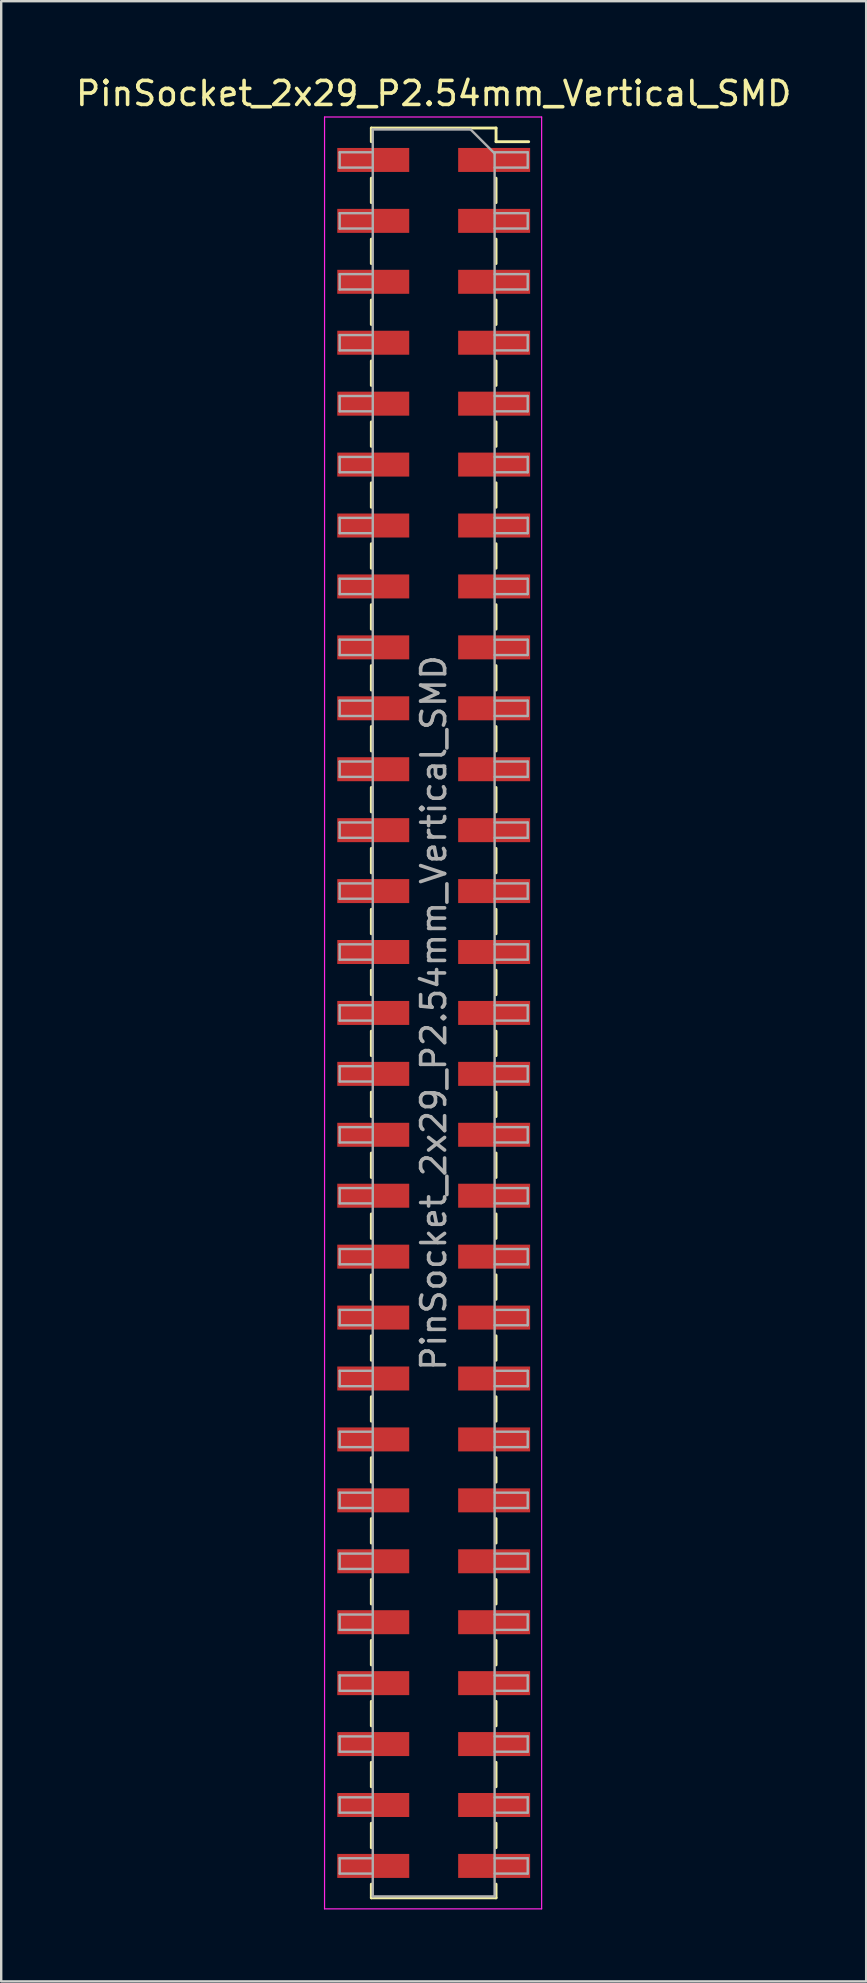
<source format=kicad_pcb>
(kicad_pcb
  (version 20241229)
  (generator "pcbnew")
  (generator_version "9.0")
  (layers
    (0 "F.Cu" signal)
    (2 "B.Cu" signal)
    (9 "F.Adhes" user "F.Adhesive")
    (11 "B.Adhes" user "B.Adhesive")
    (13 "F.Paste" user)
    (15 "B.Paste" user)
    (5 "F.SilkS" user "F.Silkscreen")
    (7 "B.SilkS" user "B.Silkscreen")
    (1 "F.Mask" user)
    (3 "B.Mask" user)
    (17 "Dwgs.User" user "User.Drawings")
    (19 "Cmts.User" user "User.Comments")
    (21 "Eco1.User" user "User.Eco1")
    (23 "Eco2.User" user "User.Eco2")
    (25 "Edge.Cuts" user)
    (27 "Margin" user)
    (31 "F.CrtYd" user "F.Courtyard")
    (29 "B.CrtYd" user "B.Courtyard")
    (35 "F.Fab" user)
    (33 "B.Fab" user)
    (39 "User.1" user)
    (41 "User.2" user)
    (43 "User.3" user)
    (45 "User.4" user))
  (footprint "PinSocket_2x29_P2.54mm_Vertical_SMD"
    (layer "F.Cu")
    (at 15.03 39.178)
    (property "Reference" "PinSocket_2x29_P2.54mm_Vertical_SMD" (at 0 -38.33 0) (layer "F.SilkS") (effects (font (size 1 1) (thickness 0.15))))
    (attr smd)
    (fp_line (start -2.6 -36.89) (end -2.6 -36.32) (stroke (width 0.12) (type solid)) (layer "F.SilkS"))
    (fp_line (start -2.6 -36.89) (end 2.6 -36.89) (stroke (width 0.12) (type solid)) (layer "F.SilkS"))
    (fp_line (start -2.6 -34.8) (end -2.6 -33.78) (stroke (width 0.12) (type solid)) (layer "F.SilkS"))
    (fp_line (start -2.6 -32.26) (end -2.6 -31.24) (stroke (width 0.12) (type solid)) (layer "F.SilkS"))
    (fp_line (start -2.6 -29.72) (end -2.6 -28.7) (stroke (width 0.12) (type solid)) (layer "F.SilkS"))
    (fp_line (start -2.6 -27.18) (end -2.6 -26.16) (stroke (width 0.12) (type solid)) (layer "F.SilkS"))
    (fp_line (start -2.6 -24.64) (end -2.6 -23.62) (stroke (width 0.12) (type solid)) (layer "F.SilkS"))
    (fp_line (start -2.6 -22.1) (end -2.6 -21.08) (stroke (width 0.12) (type solid)) (layer "F.SilkS"))
    (fp_line (start -2.6 -19.56) (end -2.6 -18.54) (stroke (width 0.12) (type solid)) (layer "F.SilkS"))
    (fp_line (start -2.6 -17.02) (end -2.6 -16) (stroke (width 0.12) (type solid)) (layer "F.SilkS"))
    (fp_line (start -2.6 -14.48) (end -2.6 -13.46) (stroke (width 0.12) (type solid)) (layer "F.SilkS"))
    (fp_line (start -2.6 -11.94) (end -2.6 -10.92) (stroke (width 0.12) (type solid)) (layer "F.SilkS"))
    (fp_line (start -2.6 -9.4) (end -2.6 -8.38) (stroke (width 0.12) (type solid)) (layer "F.SilkS"))
    (fp_line (start -2.6 -6.86) (end -2.6 -5.84) (stroke (width 0.12) (type solid)) (layer "F.SilkS"))
    (fp_line (start -2.6 -4.32) (end -2.6 -3.3) (stroke (width 0.12) (type solid)) (layer "F.SilkS"))
    (fp_line (start -2.6 -1.78) (end -2.6 -0.76) (stroke (width 0.12) (type solid)) (layer "F.SilkS"))
    (fp_line (start -2.6 0.76) (end -2.6 1.78) (stroke (width 0.12) (type solid)) (layer "F.SilkS"))
    (fp_line (start -2.6 3.3) (end -2.6 4.32) (stroke (width 0.12) (type solid)) (layer "F.SilkS"))
    (fp_line (start -2.6 5.84) (end -2.6 6.86) (stroke (width 0.12) (type solid)) (layer "F.SilkS"))
    (fp_line (start -2.6 8.38) (end -2.6 9.4) (stroke (width 0.12) (type solid)) (layer "F.SilkS"))
    (fp_line (start -2.6 10.92) (end -2.6 11.94) (stroke (width 0.12) (type solid)) (layer "F.SilkS"))
    (fp_line (start -2.6 13.46) (end -2.6 14.48) (stroke (width 0.12) (type solid)) (layer "F.SilkS"))
    (fp_line (start -2.6 16) (end -2.6 17.02) (stroke (width 0.12) (type solid)) (layer "F.SilkS"))
    (fp_line (start -2.6 18.54) (end -2.6 19.56) (stroke (width 0.12) (type solid)) (layer "F.SilkS"))
    (fp_line (start -2.6 21.08) (end -2.6 22.1) (stroke (width 0.12) (type solid)) (layer "F.SilkS"))
    (fp_line (start -2.6 23.62) (end -2.6 24.64) (stroke (width 0.12) (type solid)) (layer "F.SilkS"))
    (fp_line (start -2.6 26.16) (end -2.6 27.18) (stroke (width 0.12) (type solid)) (layer "F.SilkS"))
    (fp_line (start -2.6 28.7) (end -2.6 29.72) (stroke (width 0.12) (type solid)) (layer "F.SilkS"))
    (fp_line (start -2.6 31.24) (end -2.6 32.26) (stroke (width 0.12) (type solid)) (layer "F.SilkS"))
    (fp_line (start -2.6 33.78) (end -2.6 34.8) (stroke (width 0.12) (type solid)) (layer "F.SilkS"))
    (fp_line (start -2.6 36.32) (end -2.6 36.89) (stroke (width 0.12) (type solid)) (layer "F.SilkS"))
    (fp_line (start -2.6 36.89) (end 2.6 36.89) (stroke (width 0.12) (type solid)) (layer "F.SilkS"))
    (fp_line (start 2.6 -36.89) (end 2.6 -36.32) (stroke (width 0.12) (type solid)) (layer "F.SilkS"))
    (fp_line (start 2.6 -36.32) (end 3.96 -36.32) (stroke (width 0.12) (type solid)) (layer "F.SilkS"))
    (fp_line (start 2.6 -34.8) (end 2.6 -33.78) (stroke (width 0.12) (type solid)) (layer "F.SilkS"))
    (fp_line (start 2.6 -32.26) (end 2.6 -31.24) (stroke (width 0.12) (type solid)) (layer "F.SilkS"))
    (fp_line (start 2.6 -29.72) (end 2.6 -28.7) (stroke (width 0.12) (type solid)) (layer "F.SilkS"))
    (fp_line (start 2.6 -27.18) (end 2.6 -26.16) (stroke (width 0.12) (type solid)) (layer "F.SilkS"))
    (fp_line (start 2.6 -24.64) (end 2.6 -23.62) (stroke (width 0.12) (type solid)) (layer "F.SilkS"))
    (fp_line (start 2.6 -22.1) (end 2.6 -21.08) (stroke (width 0.12) (type solid)) (layer "F.SilkS"))
    (fp_line (start 2.6 -19.56) (end 2.6 -18.54) (stroke (width 0.12) (type solid)) (layer "F.SilkS"))
    (fp_line (start 2.6 -17.02) (end 2.6 -16) (stroke (width 0.12) (type solid)) (layer "F.SilkS"))
    (fp_line (start 2.6 -14.48) (end 2.6 -13.46) (stroke (width 0.12) (type solid)) (layer "F.SilkS"))
    (fp_line (start 2.6 -11.94) (end 2.6 -10.92) (stroke (width 0.12) (type solid)) (layer "F.SilkS"))
    (fp_line (start 2.6 -9.4) (end 2.6 -8.38) (stroke (width 0.12) (type solid)) (layer "F.SilkS"))
    (fp_line (start 2.6 -6.86) (end 2.6 -5.84) (stroke (width 0.12) (type solid)) (layer "F.SilkS"))
    (fp_line (start 2.6 -4.32) (end 2.6 -3.3) (stroke (width 0.12) (type solid)) (layer "F.SilkS"))
    (fp_line (start 2.6 -1.78) (end 2.6 -0.76) (stroke (width 0.12) (type solid)) (layer "F.SilkS"))
    (fp_line (start 2.6 0.76) (end 2.6 1.78) (stroke (width 0.12) (type solid)) (layer "F.SilkS"))
    (fp_line (start 2.6 3.3) (end 2.6 4.32) (stroke (width 0.12) (type solid)) (layer "F.SilkS"))
    (fp_line (start 2.6 5.84) (end 2.6 6.86) (stroke (width 0.12) (type solid)) (layer "F.SilkS"))
    (fp_line (start 2.6 8.38) (end 2.6 9.4) (stroke (width 0.12) (type solid)) (layer "F.SilkS"))
    (fp_line (start 2.6 10.92) (end 2.6 11.94) (stroke (width 0.12) (type solid)) (layer "F.SilkS"))
    (fp_line (start 2.6 13.46) (end 2.6 14.48) (stroke (width 0.12) (type solid)) (layer "F.SilkS"))
    (fp_line (start 2.6 16) (end 2.6 17.02) (stroke (width 0.12) (type solid)) (layer "F.SilkS"))
    (fp_line (start 2.6 18.54) (end 2.6 19.56) (stroke (width 0.12) (type solid)) (layer "F.SilkS"))
    (fp_line (start 2.6 21.08) (end 2.6 22.1) (stroke (width 0.12) (type solid)) (layer "F.SilkS"))
    (fp_line (start 2.6 23.62) (end 2.6 24.64) (stroke (width 0.12) (type solid)) (layer "F.SilkS"))
    (fp_line (start 2.6 26.16) (end 2.6 27.18) (stroke (width 0.12) (type solid)) (layer "F.SilkS"))
    (fp_line (start 2.6 28.7) (end 2.6 29.72) (stroke (width 0.12) (type solid)) (layer "F.SilkS"))
    (fp_line (start 2.6 31.24) (end 2.6 32.26) (stroke (width 0.12) (type solid)) (layer "F.SilkS"))
    (fp_line (start 2.6 33.78) (end 2.6 34.8) (stroke (width 0.12) (type solid)) (layer "F.SilkS"))
    (fp_line (start 2.6 36.32) (end 2.6 36.89) (stroke (width 0.12) (type solid)) (layer "F.SilkS"))
    (fp_line (start -4.55 -37.35) (end 4.5 -37.35) (stroke (width 0.05) (type solid)) (layer "F.CrtYd"))
    (fp_line (start -4.55 37.35) (end -4.55 -37.35) (stroke (width 0.05) (type solid)) (layer "F.CrtYd"))
    (fp_line (start 4.5 -37.35) (end 4.5 37.35) (stroke (width 0.05) (type solid)) (layer "F.CrtYd"))
    (fp_line (start 4.5 37.35) (end -4.55 37.35) (stroke (width 0.05) (type solid)) (layer "F.CrtYd"))
    (fp_line (start -3.92 -35.88) (end -2.54 -35.88) (stroke (width 0.1) (type solid)) (layer "F.Fab"))
    (fp_line (start -3.92 -35.24) (end -3.92 -35.88) (stroke (width 0.1) (type solid)) (layer "F.Fab"))
    (fp_line (start -3.92 -33.34) (end -2.54 -33.34) (stroke (width 0.1) (type solid)) (layer "F.Fab"))
    (fp_line (start -3.92 -32.7) (end -3.92 -33.34) (stroke (width 0.1) (type solid)) (layer "F.Fab"))
    (fp_line (start -3.92 -30.8) (end -2.54 -30.8) (stroke (width 0.1) (type solid)) (layer "F.Fab"))
    (fp_line (start -3.92 -30.16) (end -3.92 -30.8) (stroke (width 0.1) (type solid)) (layer "F.Fab"))
    (fp_line (start -3.92 -28.26) (end -2.54 -28.26) (stroke (width 0.1) (type solid)) (layer "F.Fab"))
    (fp_line (start -3.92 -27.62) (end -3.92 -28.26) (stroke (width 0.1) (type solid)) (layer "F.Fab"))
    (fp_line (start -3.92 -25.72) (end -2.54 -25.72) (stroke (width 0.1) (type solid)) (layer "F.Fab"))
    (fp_line (start -3.92 -25.08) (end -3.92 -25.72) (stroke (width 0.1) (type solid)) (layer "F.Fab"))
    (fp_line (start -3.92 -23.18) (end -2.54 -23.18) (stroke (width 0.1) (type solid)) (layer "F.Fab"))
    (fp_line (start -3.92 -22.54) (end -3.92 -23.18) (stroke (width 0.1) (type solid)) (layer "F.Fab"))
    (fp_line (start -3.92 -20.64) (end -2.54 -20.64) (stroke (width 0.1) (type solid)) (layer "F.Fab"))
    (fp_line (start -3.92 -20) (end -3.92 -20.64) (stroke (width 0.1) (type solid)) (layer "F.Fab"))
    (fp_line (start -3.92 -18.1) (end -2.54 -18.1) (stroke (width 0.1) (type solid)) (layer "F.Fab"))
    (fp_line (start -3.92 -17.46) (end -3.92 -18.1) (stroke (width 0.1) (type solid)) (layer "F.Fab"))
    (fp_line (start -3.92 -15.56) (end -2.54 -15.56) (stroke (width 0.1) (type solid)) (layer "F.Fab"))
    (fp_line (start -3.92 -14.92) (end -3.92 -15.56) (stroke (width 0.1) (type solid)) (layer "F.Fab"))
    (fp_line (start -3.92 -13.02) (end -2.54 -13.02) (stroke (width 0.1) (type solid)) (layer "F.Fab"))
    (fp_line (start -3.92 -12.38) (end -3.92 -13.02) (stroke (width 0.1) (type solid)) (layer "F.Fab"))
    (fp_line (start -3.92 -10.48) (end -2.54 -10.48) (stroke (width 0.1) (type solid)) (layer "F.Fab"))
    (fp_line (start -3.92 -9.84) (end -3.92 -10.48) (stroke (width 0.1) (type solid)) (layer "F.Fab"))
    (fp_line (start -3.92 -7.94) (end -2.54 -7.94) (stroke (width 0.1) (type solid)) (layer "F.Fab"))
    (fp_line (start -3.92 -7.3) (end -3.92 -7.94) (stroke (width 0.1) (type solid)) (layer "F.Fab"))
    (fp_line (start -3.92 -5.4) (end -2.54 -5.4) (stroke (width 0.1) (type solid)) (layer "F.Fab"))
    (fp_line (start -3.92 -4.76) (end -3.92 -5.4) (stroke (width 0.1) (type solid)) (layer "F.Fab"))
    (fp_line (start -3.92 -2.86) (end -2.54 -2.86) (stroke (width 0.1) (type solid)) (layer "F.Fab"))
    (fp_line (start -3.92 -2.22) (end -3.92 -2.86) (stroke (width 0.1) (type solid)) (layer "F.Fab"))
    (fp_line (start -3.92 -0.32) (end -2.54 -0.32) (stroke (width 0.1) (type solid)) (layer "F.Fab"))
    (fp_line (start -3.92 0.32) (end -3.92 -0.32) (stroke (width 0.1) (type solid)) (layer "F.Fab"))
    (fp_line (start -3.92 2.22) (end -2.54 2.22) (stroke (width 0.1) (type solid)) (layer "F.Fab"))
    (fp_line (start -3.92 2.86) (end -3.92 2.22) (stroke (width 0.1) (type solid)) (layer "F.Fab"))
    (fp_line (start -3.92 4.76) (end -2.54 4.76) (stroke (width 0.1) (type solid)) (layer "F.Fab"))
    (fp_line (start -3.92 5.4) (end -3.92 4.76) (stroke (width 0.1) (type solid)) (layer "F.Fab"))
    (fp_line (start -3.92 7.3) (end -2.54 7.3) (stroke (width 0.1) (type solid)) (layer "F.Fab"))
    (fp_line (start -3.92 7.94) (end -3.92 7.3) (stroke (width 0.1) (type solid)) (layer "F.Fab"))
    (fp_line (start -3.92 9.84) (end -2.54 9.84) (stroke (width 0.1) (type solid)) (layer "F.Fab"))
    (fp_line (start -3.92 10.48) (end -3.92 9.84) (stroke (width 0.1) (type solid)) (layer "F.Fab"))
    (fp_line (start -3.92 12.38) (end -2.54 12.38) (stroke (width 0.1) (type solid)) (layer "F.Fab"))
    (fp_line (start -3.92 13.02) (end -3.92 12.38) (stroke (width 0.1) (type solid)) (layer "F.Fab"))
    (fp_line (start -3.92 14.92) (end -2.54 14.92) (stroke (width 0.1) (type solid)) (layer "F.Fab"))
    (fp_line (start -3.92 15.56) (end -3.92 14.92) (stroke (width 0.1) (type solid)) (layer "F.Fab"))
    (fp_line (start -3.92 17.46) (end -2.54 17.46) (stroke (width 0.1) (type solid)) (layer "F.Fab"))
    (fp_line (start -3.92 18.1) (end -3.92 17.46) (stroke (width 0.1) (type solid)) (layer "F.Fab"))
    (fp_line (start -3.92 20) (end -2.54 20) (stroke (width 0.1) (type solid)) (layer "F.Fab"))
    (fp_line (start -3.92 20.64) (end -3.92 20) (stroke (width 0.1) (type solid)) (layer "F.Fab"))
    (fp_line (start -3.92 22.54) (end -2.54 22.54) (stroke (width 0.1) (type solid)) (layer "F.Fab"))
    (fp_line (start -3.92 23.18) (end -3.92 22.54) (stroke (width 0.1) (type solid)) (layer "F.Fab"))
    (fp_line (start -3.92 25.08) (end -2.54 25.08) (stroke (width 0.1) (type solid)) (layer "F.Fab"))
    (fp_line (start -3.92 25.72) (end -3.92 25.08) (stroke (width 0.1) (type solid)) (layer "F.Fab"))
    (fp_line (start -3.92 27.62) (end -2.54 27.62) (stroke (width 0.1) (type solid)) (layer "F.Fab"))
    (fp_line (start -3.92 28.26) (end -3.92 27.62) (stroke (width 0.1) (type solid)) (layer "F.Fab"))
    (fp_line (start -3.92 30.16) (end -2.54 30.16) (stroke (width 0.1) (type solid)) (layer "F.Fab"))
    (fp_line (start -3.92 30.8) (end -3.92 30.16) (stroke (width 0.1) (type solid)) (layer "F.Fab"))
    (fp_line (start -3.92 32.7) (end -2.54 32.7) (stroke (width 0.1) (type solid)) (layer "F.Fab"))
    (fp_line (start -3.92 33.34) (end -3.92 32.7) (stroke (width 0.1) (type solid)) (layer "F.Fab"))
    (fp_line (start -3.92 35.24) (end -2.54 35.24) (stroke (width 0.1) (type solid)) (layer "F.Fab"))
    (fp_line (start -3.92 35.88) (end -3.92 35.24) (stroke (width 0.1) (type solid)) (layer "F.Fab"))
    (fp_line (start -2.54 -36.83) (end 1.54 -36.83) (stroke (width 0.1) (type solid)) (layer "F.Fab"))
    (fp_line (start -2.54 -35.24) (end -3.92 -35.24) (stroke (width 0.1) (type solid)) (layer "F.Fab"))
    (fp_line (start -2.54 -32.7) (end -3.92 -32.7) (stroke (width 0.1) (type solid)) (layer "F.Fab"))
    (fp_line (start -2.54 -30.16) (end -3.92 -30.16) (stroke (width 0.1) (type solid)) (layer "F.Fab"))
    (fp_line (start -2.54 -27.62) (end -3.92 -27.62) (stroke (width 0.1) (type solid)) (layer "F.Fab"))
    (fp_line (start -2.54 -25.08) (end -3.92 -25.08) (stroke (width 0.1) (type solid)) (layer "F.Fab"))
    (fp_line (start -2.54 -22.54) (end -3.92 -22.54) (stroke (width 0.1) (type solid)) (layer "F.Fab"))
    (fp_line (start -2.54 -20) (end -3.92 -20) (stroke (width 0.1) (type solid)) (layer "F.Fab"))
    (fp_line (start -2.54 -17.46) (end -3.92 -17.46) (stroke (width 0.1) (type solid)) (layer "F.Fab"))
    (fp_line (start -2.54 -14.92) (end -3.92 -14.92) (stroke (width 0.1) (type solid)) (layer "F.Fab"))
    (fp_line (start -2.54 -12.38) (end -3.92 -12.38) (stroke (width 0.1) (type solid)) (layer "F.Fab"))
    (fp_line (start -2.54 -9.84) (end -3.92 -9.84) (stroke (width 0.1) (type solid)) (layer "F.Fab"))
    (fp_line (start -2.54 -7.3) (end -3.92 -7.3) (stroke (width 0.1) (type solid)) (layer "F.Fab"))
    (fp_line (start -2.54 -4.76) (end -3.92 -4.76) (stroke (width 0.1) (type solid)) (layer "F.Fab"))
    (fp_line (start -2.54 -2.22) (end -3.92 -2.22) (stroke (width 0.1) (type solid)) (layer "F.Fab"))
    (fp_line (start -2.54 0.32) (end -3.92 0.32) (stroke (width 0.1) (type solid)) (layer "F.Fab"))
    (fp_line (start -2.54 2.86) (end -3.92 2.86) (stroke (width 0.1) (type solid)) (layer "F.Fab"))
    (fp_line (start -2.54 5.4) (end -3.92 5.4) (stroke (width 0.1) (type solid)) (layer "F.Fab"))
    (fp_line (start -2.54 7.94) (end -3.92 7.94) (stroke (width 0.1) (type solid)) (layer "F.Fab"))
    (fp_line (start -2.54 10.48) (end -3.92 10.48) (stroke (width 0.1) (type solid)) (layer "F.Fab"))
    (fp_line (start -2.54 13.02) (end -3.92 13.02) (stroke (width 0.1) (type solid)) (layer "F.Fab"))
    (fp_line (start -2.54 15.56) (end -3.92 15.56) (stroke (width 0.1) (type solid)) (layer "F.Fab"))
    (fp_line (start -2.54 18.1) (end -3.92 18.1) (stroke (width 0.1) (type solid)) (layer "F.Fab"))
    (fp_line (start -2.54 20.64) (end -3.92 20.64) (stroke (width 0.1) (type solid)) (layer "F.Fab"))
    (fp_line (start -2.54 23.18) (end -3.92 23.18) (stroke (width 0.1) (type solid)) (layer "F.Fab"))
    (fp_line (start -2.54 25.72) (end -3.92 25.72) (stroke (width 0.1) (type solid)) (layer "F.Fab"))
    (fp_line (start -2.54 28.26) (end -3.92 28.26) (stroke (width 0.1) (type solid)) (layer "F.Fab"))
    (fp_line (start -2.54 30.8) (end -3.92 30.8) (stroke (width 0.1) (type solid)) (layer "F.Fab"))
    (fp_line (start -2.54 33.34) (end -3.92 33.34) (stroke (width 0.1) (type solid)) (layer "F.Fab"))
    (fp_line (start -2.54 35.88) (end -3.92 35.88) (stroke (width 0.1) (type solid)) (layer "F.Fab"))
    (fp_line (start -2.54 36.83) (end -2.54 -36.83) (stroke (width 0.1) (type solid)) (layer "F.Fab"))
    (fp_line (start 1.54 -36.83) (end 2.54 -35.83) (stroke (width 0.1) (type solid)) (layer "F.Fab"))
    (fp_line (start 2.54 -35.88) (end 3.92 -35.88) (stroke (width 0.1) (type solid)) (layer "F.Fab"))
    (fp_line (start 2.54 -35.83) (end 2.54 36.83) (stroke (width 0.1) (type solid)) (layer "F.Fab"))
    (fp_line (start 2.54 -33.34) (end 3.92 -33.34) (stroke (width 0.1) (type solid)) (layer "F.Fab"))
    (fp_line (start 2.54 -30.8) (end 3.92 -30.8) (stroke (width 0.1) (type solid)) (layer "F.Fab"))
    (fp_line (start 2.54 -28.26) (end 3.92 -28.26) (stroke (width 0.1) (type solid)) (layer "F.Fab"))
    (fp_line (start 2.54 -25.72) (end 3.92 -25.72) (stroke (width 0.1) (type solid)) (layer "F.Fab"))
    (fp_line (start 2.54 -23.18) (end 3.92 -23.18) (stroke (width 0.1) (type solid)) (layer "F.Fab"))
    (fp_line (start 2.54 -20.64) (end 3.92 -20.64) (stroke (width 0.1) (type solid)) (layer "F.Fab"))
    (fp_line (start 2.54 -18.1) (end 3.92 -18.1) (stroke (width 0.1) (type solid)) (layer "F.Fab"))
    (fp_line (start 2.54 -15.56) (end 3.92 -15.56) (stroke (width 0.1) (type solid)) (layer "F.Fab"))
    (fp_line (start 2.54 -13.02) (end 3.92 -13.02) (stroke (width 0.1) (type solid)) (layer "F.Fab"))
    (fp_line (start 2.54 -10.48) (end 3.92 -10.48) (stroke (width 0.1) (type solid)) (layer "F.Fab"))
    (fp_line (start 2.54 -7.94) (end 3.92 -7.94) (stroke (width 0.1) (type solid)) (layer "F.Fab"))
    (fp_line (start 2.54 -5.4) (end 3.92 -5.4) (stroke (width 0.1) (type solid)) (layer "F.Fab"))
    (fp_line (start 2.54 -2.86) (end 3.92 -2.86) (stroke (width 0.1) (type solid)) (layer "F.Fab"))
    (fp_line (start 2.54 -0.32) (end 3.92 -0.32) (stroke (width 0.1) (type solid)) (layer "F.Fab"))
    (fp_line (start 2.54 2.22) (end 3.92 2.22) (stroke (width 0.1) (type solid)) (layer "F.Fab"))
    (fp_line (start 2.54 4.76) (end 3.92 4.76) (stroke (width 0.1) (type solid)) (layer "F.Fab"))
    (fp_line (start 2.54 7.3) (end 3.92 7.3) (stroke (width 0.1) (type solid)) (layer "F.Fab"))
    (fp_line (start 2.54 9.84) (end 3.92 9.84) (stroke (width 0.1) (type solid)) (layer "F.Fab"))
    (fp_line (start 2.54 12.38) (end 3.92 12.38) (stroke (width 0.1) (type solid)) (layer "F.Fab"))
    (fp_line (start 2.54 14.92) (end 3.92 14.92) (stroke (width 0.1) (type solid)) (layer "F.Fab"))
    (fp_line (start 2.54 17.46) (end 3.92 17.46) (stroke (width 0.1) (type solid)) (layer "F.Fab"))
    (fp_line (start 2.54 20) (end 3.92 20) (stroke (width 0.1) (type solid)) (layer "F.Fab"))
    (fp_line (start 2.54 22.54) (end 3.92 22.54) (stroke (width 0.1) (type solid)) (layer "F.Fab"))
    (fp_line (start 2.54 25.08) (end 3.92 25.08) (stroke (width 0.1) (type solid)) (layer "F.Fab"))
    (fp_line (start 2.54 27.62) (end 3.92 27.62) (stroke (width 0.1) (type solid)) (layer "F.Fab"))
    (fp_line (start 2.54 30.16) (end 3.92 30.16) (stroke (width 0.1) (type solid)) (layer "F.Fab"))
    (fp_line (start 2.54 32.7) (end 3.92 32.7) (stroke (width 0.1) (type solid)) (layer "F.Fab"))
    (fp_line (start 2.54 35.24) (end 3.92 35.24) (stroke (width 0.1) (type solid)) (layer "F.Fab"))
    (fp_line (start 2.54 36.83) (end -2.54 36.83) (stroke (width 0.1) (type solid)) (layer "F.Fab"))
    (fp_line (start 3.92 -35.88) (end 3.92 -35.24) (stroke (width 0.1) (type solid)) (layer "F.Fab"))
    (fp_line (start 3.92 -35.24) (end 2.54 -35.24) (stroke (width 0.1) (type solid)) (layer "F.Fab"))
    (fp_line (start 3.92 -33.34) (end 3.92 -32.7) (stroke (width 0.1) (type solid)) (layer "F.Fab"))
    (fp_line (start 3.92 -32.7) (end 2.54 -32.7) (stroke (width 0.1) (type solid)) (layer "F.Fab"))
    (fp_line (start 3.92 -30.8) (end 3.92 -30.16) (stroke (width 0.1) (type solid)) (layer "F.Fab"))
    (fp_line (start 3.92 -30.16) (end 2.54 -30.16) (stroke (width 0.1) (type solid)) (layer "F.Fab"))
    (fp_line (start 3.92 -28.26) (end 3.92 -27.62) (stroke (width 0.1) (type solid)) (layer "F.Fab"))
    (fp_line (start 3.92 -27.62) (end 2.54 -27.62) (stroke (width 0.1) (type solid)) (layer "F.Fab"))
    (fp_line (start 3.92 -25.72) (end 3.92 -25.08) (stroke (width 0.1) (type solid)) (layer "F.Fab"))
    (fp_line (start 3.92 -25.08) (end 2.54 -25.08) (stroke (width 0.1) (type solid)) (layer "F.Fab"))
    (fp_line (start 3.92 -23.18) (end 3.92 -22.54) (stroke (width 0.1) (type solid)) (layer "F.Fab"))
    (fp_line (start 3.92 -22.54) (end 2.54 -22.54) (stroke (width 0.1) (type solid)) (layer "F.Fab"))
    (fp_line (start 3.92 -20.64) (end 3.92 -20) (stroke (width 0.1) (type solid)) (layer "F.Fab"))
    (fp_line (start 3.92 -20) (end 2.54 -20) (stroke (width 0.1) (type solid)) (layer "F.Fab"))
    (fp_line (start 3.92 -18.1) (end 3.92 -17.46) (stroke (width 0.1) (type solid)) (layer "F.Fab"))
    (fp_line (start 3.92 -17.46) (end 2.54 -17.46) (stroke (width 0.1) (type solid)) (layer "F.Fab"))
    (fp_line (start 3.92 -15.56) (end 3.92 -14.92) (stroke (width 0.1) (type solid)) (layer "F.Fab"))
    (fp_line (start 3.92 -14.92) (end 2.54 -14.92) (stroke (width 0.1) (type solid)) (layer "F.Fab"))
    (fp_line (start 3.92 -13.02) (end 3.92 -12.38) (stroke (width 0.1) (type solid)) (layer "F.Fab"))
    (fp_line (start 3.92 -12.38) (end 2.54 -12.38) (stroke (width 0.1) (type solid)) (layer "F.Fab"))
    (fp_line (start 3.92 -10.48) (end 3.92 -9.84) (stroke (width 0.1) (type solid)) (layer "F.Fab"))
    (fp_line (start 3.92 -9.84) (end 2.54 -9.84) (stroke (width 0.1) (type solid)) (layer "F.Fab"))
    (fp_line (start 3.92 -7.94) (end 3.92 -7.3) (stroke (width 0.1) (type solid)) (layer "F.Fab"))
    (fp_line (start 3.92 -7.3) (end 2.54 -7.3) (stroke (width 0.1) (type solid)) (layer "F.Fab"))
    (fp_line (start 3.92 -5.4) (end 3.92 -4.76) (stroke (width 0.1) (type solid)) (layer "F.Fab"))
    (fp_line (start 3.92 -4.76) (end 2.54 -4.76) (stroke (width 0.1) (type solid)) (layer "F.Fab"))
    (fp_line (start 3.92 -2.86) (end 3.92 -2.22) (stroke (width 0.1) (type solid)) (layer "F.Fab"))
    (fp_line (start 3.92 -2.22) (end 2.54 -2.22) (stroke (width 0.1) (type solid)) (layer "F.Fab"))
    (fp_line (start 3.92 -0.32) (end 3.92 0.32) (stroke (width 0.1) (type solid)) (layer "F.Fab"))
    (fp_line (start 3.92 0.32) (end 2.54 0.32) (stroke (width 0.1) (type solid)) (layer "F.Fab"))
    (fp_line (start 3.92 2.22) (end 3.92 2.86) (stroke (width 0.1) (type solid)) (layer "F.Fab"))
    (fp_line (start 3.92 2.86) (end 2.54 2.86) (stroke (width 0.1) (type solid)) (layer "F.Fab"))
    (fp_line (start 3.92 4.76) (end 3.92 5.4) (stroke (width 0.1) (type solid)) (layer "F.Fab"))
    (fp_line (start 3.92 5.4) (end 2.54 5.4) (stroke (width 0.1) (type solid)) (layer "F.Fab"))
    (fp_line (start 3.92 7.3) (end 3.92 7.94) (stroke (width 0.1) (type solid)) (layer "F.Fab"))
    (fp_line (start 3.92 7.94) (end 2.54 7.94) (stroke (width 0.1) (type solid)) (layer "F.Fab"))
    (fp_line (start 3.92 9.84) (end 3.92 10.48) (stroke (width 0.1) (type solid)) (layer "F.Fab"))
    (fp_line (start 3.92 10.48) (end 2.54 10.48) (stroke (width 0.1) (type solid)) (layer "F.Fab"))
    (fp_line (start 3.92 12.38) (end 3.92 13.02) (stroke (width 0.1) (type solid)) (layer "F.Fab"))
    (fp_line (start 3.92 13.02) (end 2.54 13.02) (stroke (width 0.1) (type solid)) (layer "F.Fab"))
    (fp_line (start 3.92 14.92) (end 3.92 15.56) (stroke (width 0.1) (type solid)) (layer "F.Fab"))
    (fp_line (start 3.92 15.56) (end 2.54 15.56) (stroke (width 0.1) (type solid)) (layer "F.Fab"))
    (fp_line (start 3.92 17.46) (end 3.92 18.1) (stroke (width 0.1) (type solid)) (layer "F.Fab"))
    (fp_line (start 3.92 18.1) (end 2.54 18.1) (stroke (width 0.1) (type solid)) (layer "F.Fab"))
    (fp_line (start 3.92 20) (end 3.92 20.64) (stroke (width 0.1) (type solid)) (layer "F.Fab"))
    (fp_line (start 3.92 20.64) (end 2.54 20.64) (stroke (width 0.1) (type solid)) (layer "F.Fab"))
    (fp_line (start 3.92 22.54) (end 3.92 23.18) (stroke (width 0.1) (type solid)) (layer "F.Fab"))
    (fp_line (start 3.92 23.18) (end 2.54 23.18) (stroke (width 0.1) (type solid)) (layer "F.Fab"))
    (fp_line (start 3.92 25.08) (end 3.92 25.72) (stroke (width 0.1) (type solid)) (layer "F.Fab"))
    (fp_line (start 3.92 25.72) (end 2.54 25.72) (stroke (width 0.1) (type solid)) (layer "F.Fab"))
    (fp_line (start 3.92 27.62) (end 3.92 28.26) (stroke (width 0.1) (type solid)) (layer "F.Fab"))
    (fp_line (start 3.92 28.26) (end 2.54 28.26) (stroke (width 0.1) (type solid)) (layer "F.Fab"))
    (fp_line (start 3.92 30.16) (end 3.92 30.8) (stroke (width 0.1) (type solid)) (layer "F.Fab"))
    (fp_line (start 3.92 30.8) (end 2.54 30.8) (stroke (width 0.1) (type solid)) (layer "F.Fab"))
    (fp_line (start 3.92 32.7) (end 3.92 33.34) (stroke (width 0.1) (type solid)) (layer "F.Fab"))
    (fp_line (start 3.92 33.34) (end 2.54 33.34) (stroke (width 0.1) (type solid)) (layer "F.Fab"))
    (fp_line (start 3.92 35.24) (end 3.92 35.88) (stroke (width 0.1) (type solid)) (layer "F.Fab"))
    (fp_line (start 3.92 35.88) (end 2.54 35.88) (stroke (width 0.1) (type solid)) (layer "F.Fab"))
    (fp_text user "${REFERENCE}" (at 0 0 90) (layer "F.Fab") (effects (font (size 1 1) (thickness 0.15))))
    (pad "1" smd rect (at 2.52 -35.56) (size 3 1) (layers "F.Cu" "F.Mask" "F.Paste"))
    (pad "2" smd rect (at -2.52 -35.56) (size 3 1) (layers "F.Cu" "F.Mask" "F.Paste"))
    (pad "3" smd rect (at 2.52 -33.02) (size 3 1) (layers "F.Cu" "F.Mask" "F.Paste"))
    (pad "4" smd rect (at -2.52 -33.02) (size 3 1) (layers "F.Cu" "F.Mask" "F.Paste"))
    (pad "5" smd rect (at 2.52 -30.48) (size 3 1) (layers "F.Cu" "F.Mask" "F.Paste"))
    (pad "6" smd rect (at -2.52 -30.48) (size 3 1) (layers "F.Cu" "F.Mask" "F.Paste"))
    (pad "7" smd rect (at 2.52 -27.94) (size 3 1) (layers "F.Cu" "F.Mask" "F.Paste"))
    (pad "8" smd rect (at -2.52 -27.94) (size 3 1) (layers "F.Cu" "F.Mask" "F.Paste"))
    (pad "9" smd rect (at 2.52 -25.4) (size 3 1) (layers "F.Cu" "F.Mask" "F.Paste"))
    (pad "10" smd rect (at -2.52 -25.4) (size 3 1) (layers "F.Cu" "F.Mask" "F.Paste"))
    (pad "11" smd rect (at 2.52 -22.86) (size 3 1) (layers "F.Cu" "F.Mask" "F.Paste"))
    (pad "12" smd rect (at -2.52 -22.86) (size 3 1) (layers "F.Cu" "F.Mask" "F.Paste"))
    (pad "13" smd rect (at 2.52 -20.32) (size 3 1) (layers "F.Cu" "F.Mask" "F.Paste"))
    (pad "14" smd rect (at -2.52 -20.32) (size 3 1) (layers "F.Cu" "F.Mask" "F.Paste"))
    (pad "15" smd rect (at 2.52 -17.78) (size 3 1) (layers "F.Cu" "F.Mask" "F.Paste"))
    (pad "16" smd rect (at -2.52 -17.78) (size 3 1) (layers "F.Cu" "F.Mask" "F.Paste"))
    (pad "17" smd rect (at 2.52 -15.24) (size 3 1) (layers "F.Cu" "F.Mask" "F.Paste"))
    (pad "18" smd rect (at -2.52 -15.24) (size 3 1) (layers "F.Cu" "F.Mask" "F.Paste"))
    (pad "19" smd rect (at 2.52 -12.7) (size 3 1) (layers "F.Cu" "F.Mask" "F.Paste"))
    (pad "20" smd rect (at -2.52 -12.7) (size 3 1) (layers "F.Cu" "F.Mask" "F.Paste"))
    (pad "21" smd rect (at 2.52 -10.16) (size 3 1) (layers "F.Cu" "F.Mask" "F.Paste"))
    (pad "22" smd rect (at -2.52 -10.16) (size 3 1) (layers "F.Cu" "F.Mask" "F.Paste"))
    (pad "23" smd rect (at 2.52 -7.62) (size 3 1) (layers "F.Cu" "F.Mask" "F.Paste"))
    (pad "24" smd rect (at -2.52 -7.62) (size 3 1) (layers "F.Cu" "F.Mask" "F.Paste"))
    (pad "25" smd rect (at 2.52 -5.08) (size 3 1) (layers "F.Cu" "F.Mask" "F.Paste"))
    (pad "26" smd rect (at -2.52 -5.08) (size 3 1) (layers "F.Cu" "F.Mask" "F.Paste"))
    (pad "27" smd rect (at 2.52 -2.54) (size 3 1) (layers "F.Cu" "F.Mask" "F.Paste"))
    (pad "28" smd rect (at -2.52 -2.54) (size 3 1) (layers "F.Cu" "F.Mask" "F.Paste"))
    (pad "29" smd rect (at 2.52 0) (size 3 1) (layers "F.Cu" "F.Mask" "F.Paste"))
    (pad "30" smd rect (at -2.52 0) (size 3 1) (layers "F.Cu" "F.Mask" "F.Paste"))
    (pad "31" smd rect (at 2.52 2.54) (size 3 1) (layers "F.Cu" "F.Mask" "F.Paste"))
    (pad "32" smd rect (at -2.52 2.54) (size 3 1) (layers "F.Cu" "F.Mask" "F.Paste"))
    (pad "33" smd rect (at 2.52 5.08) (size 3 1) (layers "F.Cu" "F.Mask" "F.Paste"))
    (pad "34" smd rect (at -2.52 5.08) (size 3 1) (layers "F.Cu" "F.Mask" "F.Paste"))
    (pad "35" smd rect (at 2.52 7.62) (size 3 1) (layers "F.Cu" "F.Mask" "F.Paste"))
    (pad "36" smd rect (at -2.52 7.62) (size 3 1) (layers "F.Cu" "F.Mask" "F.Paste"))
    (pad "37" smd rect (at 2.52 10.16) (size 3 1) (layers "F.Cu" "F.Mask" "F.Paste"))
    (pad "38" smd rect (at -2.52 10.16) (size 3 1) (layers "F.Cu" "F.Mask" "F.Paste"))
    (pad "39" smd rect (at 2.52 12.7) (size 3 1) (layers "F.Cu" "F.Mask" "F.Paste"))
    (pad "40" smd rect (at -2.52 12.7) (size 3 1) (layers "F.Cu" "F.Mask" "F.Paste"))
    (pad "41" smd rect (at 2.52 15.24) (size 3 1) (layers "F.Cu" "F.Mask" "F.Paste"))
    (pad "42" smd rect (at -2.52 15.24) (size 3 1) (layers "F.Cu" "F.Mask" "F.Paste"))
    (pad "43" smd rect (at 2.52 17.78) (size 3 1) (layers "F.Cu" "F.Mask" "F.Paste"))
    (pad "44" smd rect (at -2.52 17.78) (size 3 1) (layers "F.Cu" "F.Mask" "F.Paste"))
    (pad "45" smd rect (at 2.52 20.32) (size 3 1) (layers "F.Cu" "F.Mask" "F.Paste"))
    (pad "46" smd rect (at -2.52 20.32) (size 3 1) (layers "F.Cu" "F.Mask" "F.Paste"))
    (pad "47" smd rect (at 2.52 22.86) (size 3 1) (layers "F.Cu" "F.Mask" "F.Paste"))
    (pad "48" smd rect (at -2.52 22.86) (size 3 1) (layers "F.Cu" "F.Mask" "F.Paste"))
    (pad "49" smd rect (at 2.52 25.4) (size 3 1) (layers "F.Cu" "F.Mask" "F.Paste"))
    (pad "50" smd rect (at -2.52 25.4) (size 3 1) (layers "F.Cu" "F.Mask" "F.Paste"))
    (pad "51" smd rect (at 2.52 27.94) (size 3 1) (layers "F.Cu" "F.Mask" "F.Paste"))
    (pad "52" smd rect (at -2.52 27.94) (size 3 1) (layers "F.Cu" "F.Mask" "F.Paste"))
    (pad "53" smd rect (at 2.52 30.48) (size 3 1) (layers "F.Cu" "F.Mask" "F.Paste"))
    (pad "54" smd rect (at -2.52 30.48) (size 3 1) (layers "F.Cu" "F.Mask" "F.Paste"))
    (pad "55" smd rect (at 2.52 33.02) (size 3 1) (layers "F.Cu" "F.Mask" "F.Paste"))
    (pad "56" smd rect (at -2.52 33.02) (size 3 1) (layers "F.Cu" "F.Mask" "F.Paste"))
    (pad "57" smd rect (at 2.52 35.56) (size 3 1) (layers "F.Cu" "F.Mask" "F.Paste"))
    (pad "58" smd rect (at -2.52 35.56) (size 3 1) (layers "F.Cu" "F.Mask" "F.Paste")))
  (gr_rect
    (start -3 -3)
    (end 33.06 79.553)
    (stroke (width 0.1) (type default))
    (fill no)
    (layer "Edge.Cuts")))
</source>
